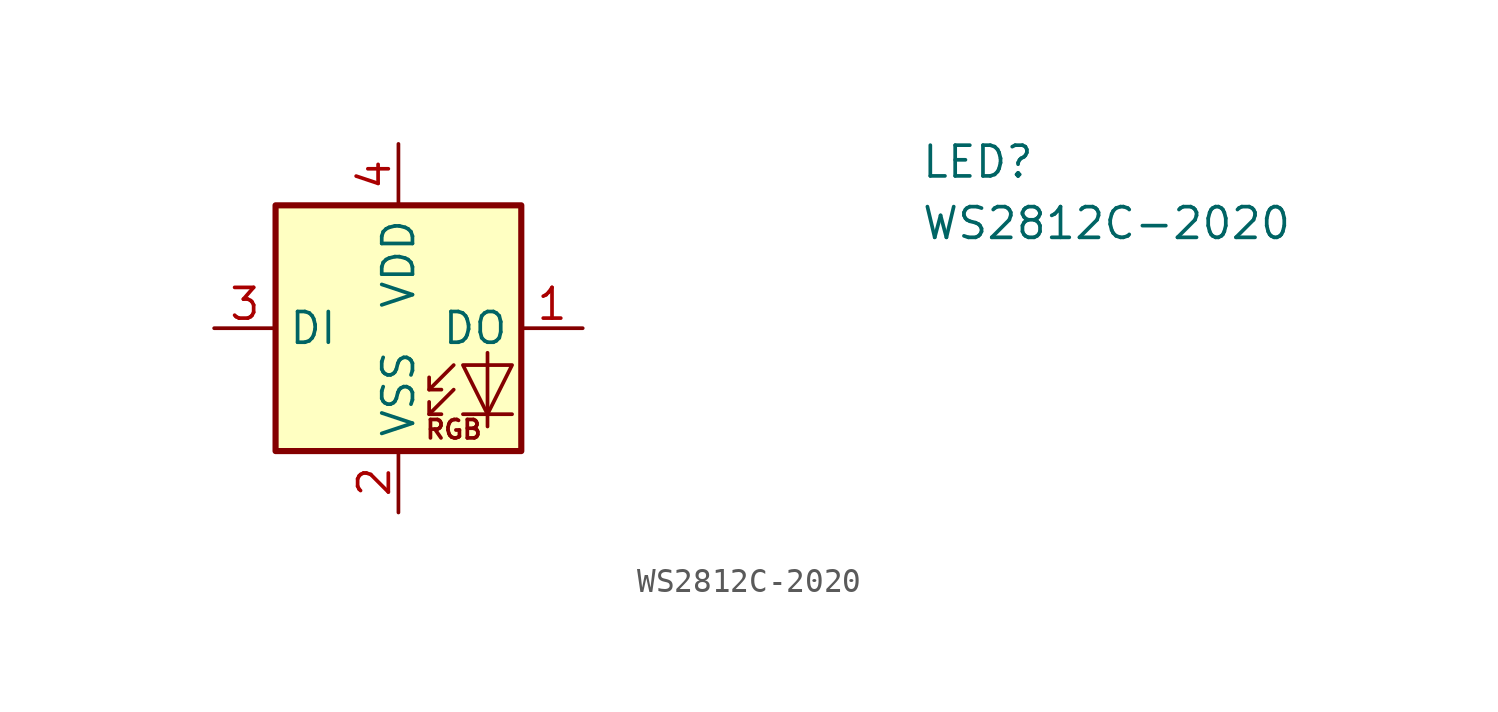
<source format=kicad_sym>
(kicad_symbol_lib
  (version 20241209)
  (generator "kicad_symbol_editor")
  (generator_version "9.0")
  (symbol "WS2812C-2020"
    (property "Reference" "LED"
      (at 21.59 7.62 0)
      (effects (font (size 1.27 1.27)) (justify left top)))
    (property "Value" "WS2812C-2020"
      (at 21.59 5.08 0)
      (effects (font (size 1.27 1.27)) (justify left top)))
    (symbol "WS2812C-2020_0_0"
      (text "RGB" (at 2.286 -4.191 0) (effects (font (size 0.762 0.762)))))
    (symbol "WS2812C-2020_0_1"
      (polyline (pts (xy 1.27 -2.54) (xy 1.778 -2.54)) (stroke (width 0) (type default)) (fill (type none)))
      (polyline (pts (xy 1.27 -3.556) (xy 1.778 -3.556)) (stroke (width 0) (type default)) (fill (type none)))
      (polyline (pts (xy 2.286 -1.524) (xy 1.27 -2.54) (xy 1.27 -2.032)) (stroke (width 0) (type default)) (fill (type none)))
      (polyline (pts (xy 2.286 -2.54) (xy 1.27 -3.556) (xy 1.27 -3.048)) (stroke (width 0) (type default)) (fill (type none)))
      (polyline (pts (xy 3.683 -1.016) (xy 3.683 -3.556) (xy 3.683 -4.064)) (stroke (width 0) (type default)) (fill (type none)))
      (polyline (pts (xy 4.699 -1.524) (xy 2.667 -1.524) (xy 3.683 -3.556) (xy 4.699 -1.524)) (stroke (width 0) (type default)) (fill (type none)))
      (polyline (pts (xy 4.699 -3.556) (xy 2.667 -3.556)) (stroke (width 0) (type default)) (fill (type none)))
      (rectangle (start 5.08 5.08) (end -5.08 -5.08) (stroke (width 0.254) (type default)) (fill (type background))))
    (symbol "WS2812C-2020_1_1"
      (pin input line (at -7.62 0 0) (length 2.54) (name "DI" (effects (font (size 1.27 1.27)))) (number "3" (effects (font (size 1.27 1.27)))))
      (pin power_in line (at 0 7.62 270) (length 2.54) (name "VDD" (effects (font (size 1.27 1.27)))) (number "4" (effects (font (size 1.27 1.27)))))
      (pin power_in line (at 0 -7.62 90) (length 2.54) (name "VSS" (effects (font (size 1.27 1.27)))) (number "2" (effects (font (size 1.27 1.27)))))
      (pin output line (at 7.62 0 180) (length 2.54) (name "DO" (effects (font (size 1.27 1.27)))) (number "1" (effects (font (size 1.27 1.27))))))))
</source>
